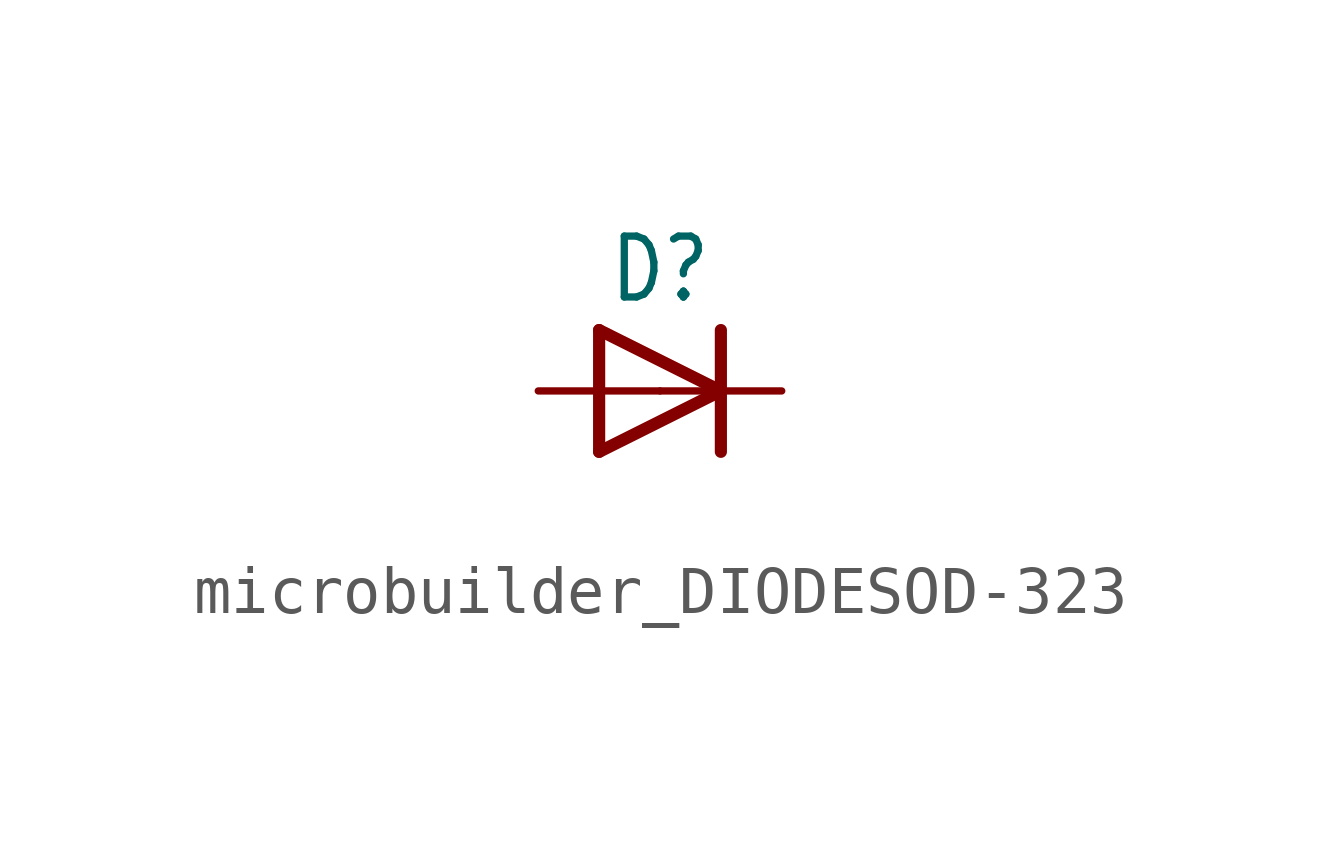
<source format=kicad_sym>
(kicad_symbol_lib
  (version 20231120)
  (generator "kicad_symbol_editor")
  (generator_version "8.0")
  (symbol "microbuilder_DIODESOD-323"
    (property "Reference" "D"
      (at 0 2.54 0)
      (effects (font (size 1.27 1.079))))
    (property "Value" ""
      (at 0 -2.5 0)
      (effects (font (size 1.27 1.079))))
    (property "ki_locked" ""
      (at 0 0 0)
      (effects (font (size 1.27 1.27))))
    (symbol "microbuilder_DIODESOD-323_1_0"
      (polyline (pts (xy -1.27 -1.27) (xy 1.27 0)) (stroke (width 0.254) (type solid)) (fill (type none)))
      (polyline (pts (xy -1.27 1.27) (xy -1.27 -1.27)) (stroke (width 0.254) (type solid)) (fill (type none)))
      (polyline (pts (xy 1.27 0) (xy -1.27 1.27)) (stroke (width 0.254) (type solid)) (fill (type none)))
      (polyline (pts (xy 1.27 0) (xy 1.27 -1.27)) (stroke (width 0.254) (type solid)) (fill (type none)))
      (polyline (pts (xy 1.27 1.27) (xy 1.27 0)) (stroke (width 0.254) (type solid)) (fill (type none)))
      (pin passive line (at -2.54 0 0) (length 2.54) (name "A" (effects (font (size 0 0)))) (number "A" (effects (font (size 0 0)))))
      (pin passive line (at 2.54 0 180) (length 2.54) (name "C" (effects (font (size 0 0)))) (number "C" (effects (font (size 0 0))))))))
</source>
